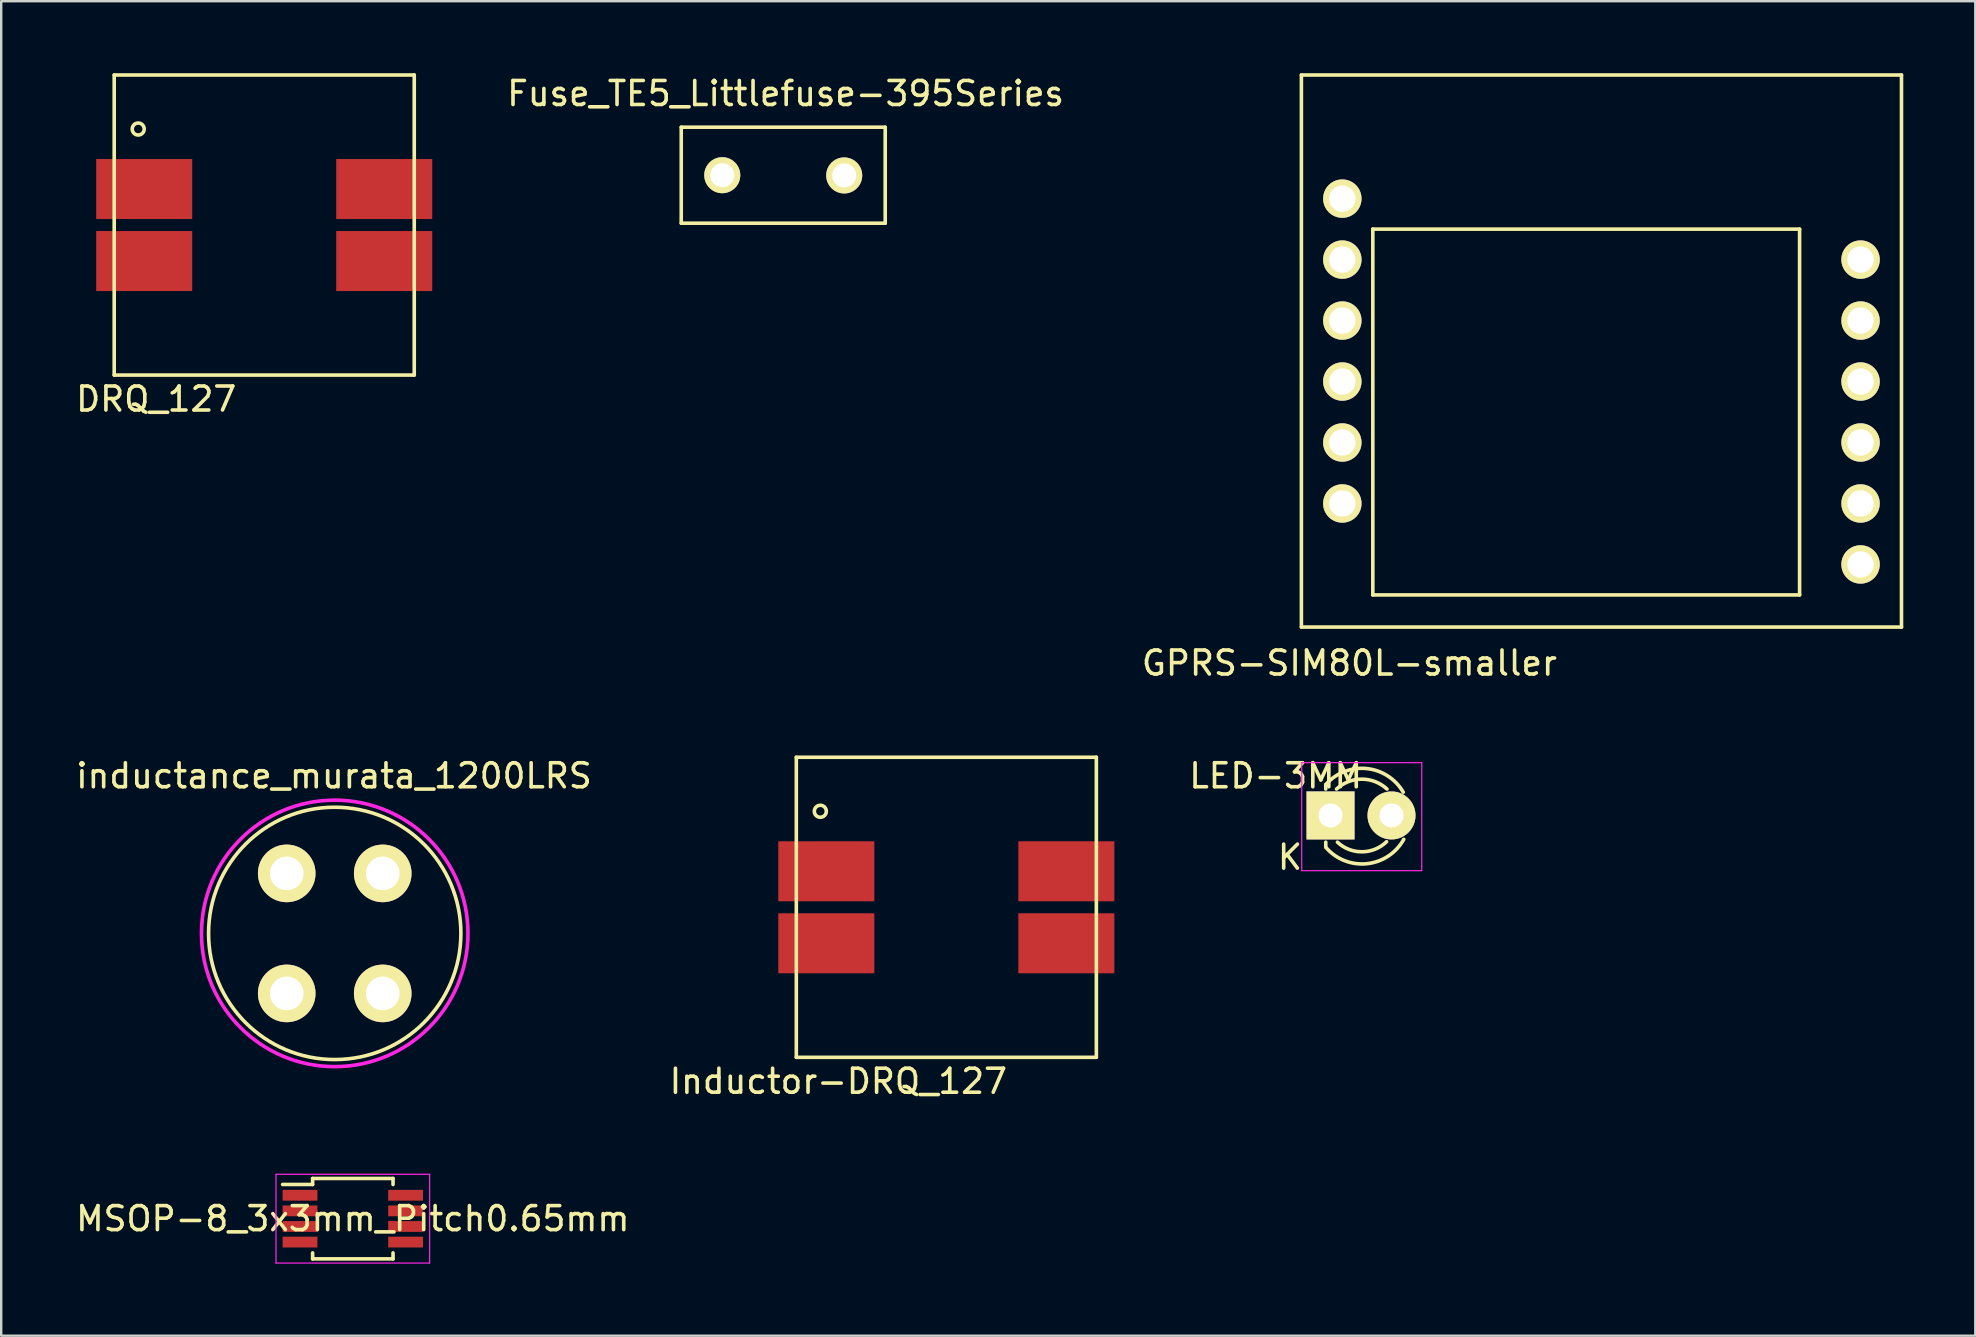
<source format=kicad_pcb>
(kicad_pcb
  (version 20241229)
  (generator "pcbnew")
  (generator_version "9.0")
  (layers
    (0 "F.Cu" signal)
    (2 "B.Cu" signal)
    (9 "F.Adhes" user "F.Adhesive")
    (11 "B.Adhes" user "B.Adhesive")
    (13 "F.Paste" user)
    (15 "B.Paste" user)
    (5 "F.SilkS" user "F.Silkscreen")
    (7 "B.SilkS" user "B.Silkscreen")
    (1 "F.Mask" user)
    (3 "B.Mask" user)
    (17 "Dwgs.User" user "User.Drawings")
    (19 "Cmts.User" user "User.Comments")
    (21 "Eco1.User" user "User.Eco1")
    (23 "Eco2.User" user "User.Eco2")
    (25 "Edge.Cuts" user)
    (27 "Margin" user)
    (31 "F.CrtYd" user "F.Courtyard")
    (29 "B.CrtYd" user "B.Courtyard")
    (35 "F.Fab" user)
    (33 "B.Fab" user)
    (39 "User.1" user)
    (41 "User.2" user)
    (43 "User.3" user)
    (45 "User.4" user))
  (footprint "Fuse_TE5_Littlefuse-395Series"
    (layer "F.Cu")
    (at 29.58 4.249)
    (property "Reference" "Fuse_TE5_Littlefuse-395Series" (at 0.099 -3.401 0) (layer "F.SilkS") (effects (font (size 1 1) (thickness 0.15))))
    (attr through_hole)
    (fp_line (start -4.249 -1.999) (end -4.249 1.999) (stroke (width 0.15) (type solid)) (layer "F.SilkS"))
    (fp_line (start -4.249 1.999) (end 4.249 1.999) (stroke (width 0.15) (type solid)) (layer "F.SilkS"))
    (fp_line (start 4.249 -1.999) (end -4.249 -1.999) (stroke (width 0.15) (type solid)) (layer "F.SilkS"))
    (fp_line (start 4.249 1.999) (end 4.249 -1.999) (stroke (width 0.15) (type solid)) (layer "F.SilkS"))
    (pad "1" thru_hole circle (at -2.54 0) (size 1.501 1.501) (drill 1.001) (layers "*.Cu" "*.Mask" "F.SilkS"))
    (pad "2" thru_hole circle (at 2.54 0.01) (size 1.501 1.501) (drill 1.001) (layers "*.Cu" "*.Mask" "F.SilkS")))
  (footprint "Inductor-DRQ_127"
    (layer "F.Cu")
    (at 36.375 34.748)
    (property "Reference" "Inductor-DRQ_127" (at -4.5 7.25 0) (layer "F.SilkS") (effects (font (size 1 1) (thickness 0.15))))
    (attr through_hole)
    (fp_line (start -6.25 -6.25) (end 6.25 -6.25) (stroke (width 0.15) (type solid)) (layer "F.SilkS"))
    (fp_line (start -6.25 6.25) (end -6.25 -6.25) (stroke (width 0.15) (type solid)) (layer "F.SilkS"))
    (fp_line (start 6.25 -6.25) (end 6.25 6.25) (stroke (width 0.15) (type solid)) (layer "F.SilkS"))
    (fp_line (start 6.25 6.25) (end -6.25 6.25) (stroke (width 0.15) (type solid)) (layer "F.SilkS"))
    (fp_circle (center -5.25 -4) (end -5.25 -4.25) (stroke (width 0.15) (type solid)) (fill no) (layer "F.SilkS"))
    (pad "1" smd rect (at -5 -1.5) (size 4 2.5) (layers "F.Cu" "F.Mask" "F.Paste"))
    (pad "2" smd rect (at -5 1.5) (size 4 2.5) (layers "F.Cu" "F.Mask" "F.Paste"))
    (pad "3" smd rect (at 5 1.5) (size 4 2.5) (layers "F.Cu" "F.Mask" "F.Paste"))
    (pad "4" smd rect (at 5 -1.5) (size 4 2.5) (layers "F.Cu" "F.Mask" "F.Paste")))
  (footprint "MSOP-8_3x3mm_Pitch0.65mm"
    (layer "F.Cu")
    (at 11.649 47.721)
    (property "Reference" "MSOP-8_3x3mm_Pitch0.65mm" (at 0 0 0) (layer "F.SilkS") (effects (font (size 1 1) (thickness 0.15))))
    (attr smd)
    (fp_line (start -1.675 -1.675) (end -1.675 -1.425) (stroke (width 0.15) (type solid)) (layer "F.SilkS"))
    (fp_line (start -1.675 -1.675) (end 1.675 -1.675) (stroke (width 0.15) (type solid)) (layer "F.SilkS"))
    (fp_line (start -1.675 -1.425) (end -2.925 -1.425) (stroke (width 0.15) (type solid)) (layer "F.SilkS"))
    (fp_line (start -1.675 1.675) (end -1.675 1.425) (stroke (width 0.15) (type solid)) (layer "F.SilkS"))
    (fp_line (start -1.675 1.675) (end 1.675 1.675) (stroke (width 0.15) (type solid)) (layer "F.SilkS"))
    (fp_line (start 1.675 -1.675) (end 1.675 -1.425) (stroke (width 0.15) (type solid)) (layer "F.SilkS"))
    (fp_line (start 1.675 1.675) (end 1.675 1.425) (stroke (width 0.15) (type solid)) (layer "F.SilkS"))
    (fp_line (start -3.2 -1.85) (end -3.2 1.85) (stroke (width 0.05) (type solid)) (layer "F.CrtYd"))
    (fp_line (start -3.2 -1.85) (end 3.2 -1.85) (stroke (width 0.05) (type solid)) (layer "F.CrtYd"))
    (fp_line (start -3.2 1.85) (end 3.2 1.85) (stroke (width 0.05) (type solid)) (layer "F.CrtYd"))
    (fp_line (start 3.2 -1.85) (end 3.2 1.85) (stroke (width 0.05) (type solid)) (layer "F.CrtYd"))
    (pad "1" smd rect (at -2.2 -0.975) (size 1.45 0.45) (layers "F.Cu" "F.Mask" "F.Paste"))
    (pad "2" smd rect (at -2.2 -0.325) (size 1.45 0.45) (layers "F.Cu" "F.Mask" "F.Paste"))
    (pad "3" smd rect (at -2.2 0.325) (size 1.45 0.45) (layers "F.Cu" "F.Mask" "F.Paste"))
    (pad "4" smd rect (at -2.2 0.975) (size 1.45 0.45) (layers "F.Cu" "F.Mask" "F.Paste"))
    (pad "5" smd rect (at 2.2 0.975) (size 1.45 0.45) (layers "F.Cu" "F.Mask" "F.Paste"))
    (pad "6" smd rect (at 2.2 0.325) (size 1.45 0.45) (layers "F.Cu" "F.Mask" "F.Paste"))
    (pad "7" smd rect (at 2.2 -0.325) (size 1.45 0.45) (layers "F.Cu" "F.Mask" "F.Paste"))
    (pad "8" smd rect (at 2.2 -0.975) (size 1.45 0.45) (layers "F.Cu" "F.Mask" "F.Paste")))
  (footprint "DRQ_127"
    (layer "F.Cu")
    (at 7.958 6.325)
    (property "Reference" "DRQ_127" (at -4.5 7.25 0) (layer "F.SilkS") (effects (font (size 1 1) (thickness 0.15))))
    (attr through_hole)
    (fp_line (start -6.25 -6.25) (end 6.25 -6.25) (stroke (width 0.15) (type solid)) (layer "F.SilkS"))
    (fp_line (start -6.25 6.25) (end -6.25 -6.25) (stroke (width 0.15) (type solid)) (layer "F.SilkS"))
    (fp_line (start 6.25 -6.25) (end 6.25 6.25) (stroke (width 0.15) (type solid)) (layer "F.SilkS"))
    (fp_line (start 6.25 6.25) (end -6.25 6.25) (stroke (width 0.15) (type solid)) (layer "F.SilkS"))
    (fp_circle (center -5.25 -4) (end -5.25 -4.25) (stroke (width 0.15) (type solid)) (fill no) (layer "F.SilkS"))
    (pad "1" smd rect (at -5 -1.5) (size 4 2.5) (layers "F.Cu" "F.Mask" "F.Paste"))
    (pad "2" smd rect (at -5 1.5) (size 4 2.5) (layers "F.Cu" "F.Mask" "F.Paste"))
    (pad "3" smd rect (at 5 1.5) (size 4 2.5) (layers "F.Cu" "F.Mask" "F.Paste"))
    (pad "4" smd rect (at 5 -1.5) (size 4 2.5) (layers "F.Cu" "F.Mask" "F.Paste")))
  (footprint "GPRS-SIM80L-smaller"
    (layer "F.Cu")
    (at 63.032 11.575)
    (property "Reference" "GPRS-SIM80L-smaller" (at -9.865 13 0) (layer "F.SilkS") (effects (font (size 1 1) (thickness 0.15))))
    (attr through_hole)
    (fp_line (start -11.865 -11.5) (end 13.135 -11.5) (stroke (width 0.15) (type solid)) (layer "F.SilkS"))
    (fp_line (start -11.865 11.5) (end -11.865 -11.5) (stroke (width 0.15) (type solid)) (layer "F.SilkS"))
    (fp_line (start -8.89 -5.08) (end 8.89 -5.08) (stroke (width 0.15) (type solid)) (layer "F.SilkS"))
    (fp_line (start -8.89 10.16) (end -8.89 -5.08) (stroke (width 0.15) (type solid)) (layer "F.SilkS"))
    (fp_line (start 8.89 -5.08) (end 8.89 10.16) (stroke (width 0.15) (type solid)) (layer "F.SilkS"))
    (fp_line (start 8.89 10.16) (end -8.89 10.16) (stroke (width 0.15) (type solid)) (layer "F.SilkS"))
    (fp_line (start 13.135 -11.5) (end 13.135 11.5) (stroke (width 0.15) (type solid)) (layer "F.SilkS"))
    (fp_line (start 13.135 11.5) (end -11.865 11.5) (stroke (width 0.15) (type solid)) (layer "F.SilkS"))
    (pad "1" thru_hole circle (at -10.16 -6.35) (size 1.6 1.6) (drill 1.1) (layers "*.Cu" "*.Mask" "F.SilkS"))
    (pad "2" thru_hole circle (at -10.16 -3.81) (size 1.6 1.6) (drill 1.1) (layers "*.Cu" "*.Mask" "F.SilkS"))
    (pad "3" thru_hole circle (at -10.16 -1.27) (size 1.6 1.6) (drill 1.1) (layers "*.Cu" "*.Mask" "F.SilkS"))
    (pad "4" thru_hole circle (at -10.16 1.27) (size 1.6 1.6) (drill 1.1) (layers "*.Cu" "*.Mask" "F.SilkS"))
    (pad "5" thru_hole circle (at -10.16 3.81) (size 1.6 1.6) (drill 1.1) (layers "*.Cu" "*.Mask" "F.SilkS"))
    (pad "6" thru_hole circle (at -10.16 6.35) (size 1.6 1.6) (drill 1.1) (layers "*.Cu" "*.Mask" "F.SilkS"))
    (pad "7" thru_hole circle (at 11.43 8.89) (size 1.6 1.6) (drill 1.1) (layers "*.Cu" "*.Mask" "F.SilkS"))
    (pad "8" thru_hole circle (at 11.43 6.35) (size 1.6 1.6) (drill 1.1) (layers "*.Cu" "*.Mask" "F.SilkS"))
    (pad "9" thru_hole circle (at 11.43 3.81) (size 1.6 1.6) (drill 1.1) (layers "*.Cu" "*.Mask" "F.SilkS"))
    (pad "10" thru_hole circle (at 11.43 1.27) (size 1.6 1.6) (drill 1.1) (layers "*.Cu" "*.Mask" "F.SilkS"))
    (pad "11" thru_hole circle (at 11.43 -1.27) (size 1.6 1.6) (drill 1.1) (layers "*.Cu" "*.Mask" "F.SilkS"))
    (pad "12" thru_hole circle (at 11.43 -3.81) (size 1.6 1.6) (drill 1.1) (layers "*.Cu" "*.Mask" "F.SilkS")))
  (footprint "LED-3MM"
    (layer "F.Cu")
    (at 52.381 30.922)
    (property "Reference" "LED-3MM" (at -2.286 -1.651 0) (layer "F.SilkS") (effects (font (size 1 1) (thickness 0.15))))
    (attr through_hole)
    (fp_line (start -0.199 -1.28) (end -0.199 -1.1) (stroke (width 0.15) (type solid)) (layer "F.SilkS"))
    (fp_line (start -0.199 1.314) (end -0.199 1.114) (stroke (width 0.15) (type solid)) (layer "F.SilkS"))
    (fp_arc (start -0.199 -1.286) (mid 1.495903 -1.954571) (end 3.028744 -0.969643) (stroke (width 0.15) (type solid)) (layer "F.SilkS"))
    (fp_arc (start 0.25 -1.1) (mid 1.301686 -1.512142) (end 2.353005 -1.099067) (stroke (width 0.15) (type solid)) (layer "F.SilkS"))
    (fp_arc (start 2.335 1.094) (mid 1.31492 1.51473) (end 0.287111 1.113252) (stroke (width 0.15) (type solid)) (layer "F.SilkS"))
    (fp_arc (start 3.051 0.994) (mid 1.522637 2.009958) (end -0.18622 1.340726) (stroke (width 0.15) (type solid)) (layer "F.SilkS"))
    (fp_line (start -1.2 -2.2) (end -1.2 2.3) (stroke (width 0.05) (type solid)) (layer "F.CrtYd"))
    (fp_line (start -1.2 2.3) (end 3.8 2.3) (stroke (width 0.05) (type solid)) (layer "F.CrtYd"))
    (fp_line (start 3.8 -2.2) (end -1.2 -2.2) (stroke (width 0.05) (type solid)) (layer "F.CrtYd"))
    (fp_line (start 3.8 2.3) (end 3.8 -2.2) (stroke (width 0.05) (type solid)) (layer "F.CrtYd"))
    (fp_text user "K" (at -1.69 1.74 0) (layer "F.SilkS") (effects (font (size 1 1) (thickness 0.15))))
    (pad "1" thru_hole rect (at 0 0 90) (size 2 2) (drill 1.001) (layers "*.Cu" "*.Mask" "F.SilkS"))
    (pad "2" thru_hole circle (at 2.54 0) (size 2 2) (drill 1.001) (layers "*.Cu" "*.Mask" "F.SilkS")))
  (footprint "inductance_murata_1200LRS"
    (layer "F.Cu")
    (at 10.895 35.836)
    (property "Reference" "inductance_murata_1200LRS" (at -0.032 -6.564 0) (layer "F.SilkS") (effects (font (size 1 1) (thickness 0.15))))
    (attr through_hole)
    (fp_circle (center 0 0) (end -5.25 0.25) (stroke (width 0.15) (type solid)) (fill no) (layer "F.SilkS"))
    (fp_circle (center 0 0) (end -5.5 0.75) (stroke (width 0.15) (type solid)) (fill no) (layer "F.CrtYd"))
    (pad "1" thru_hole circle (at -2 -2.5) (size 2.4 2.4) (drill 1.4) (layers "*.Cu" "*.Mask" "F.SilkS"))
    (pad "2" thru_hole circle (at -2 2.5) (size 2.4 2.4) (drill 1.4) (layers "*.Cu" "*.Mask" "F.SilkS"))
    (pad "3" thru_hole circle (at 2 2.5) (size 2.4 2.4) (drill 1.4) (layers "*.Cu" "*.Mask" "F.SilkS"))
    (pad "4" thru_hole circle (at 2 -2.5) (size 2.4 2.4) (drill 1.4) (layers "*.Cu" "*.Mask" "F.SilkS")))
  (gr_rect
    (start -3 -3)
    (end 79.242 52.596)
    (stroke (width 0.1) (type default))
    (fill no)
    (layer "Edge.Cuts")))
</source>
